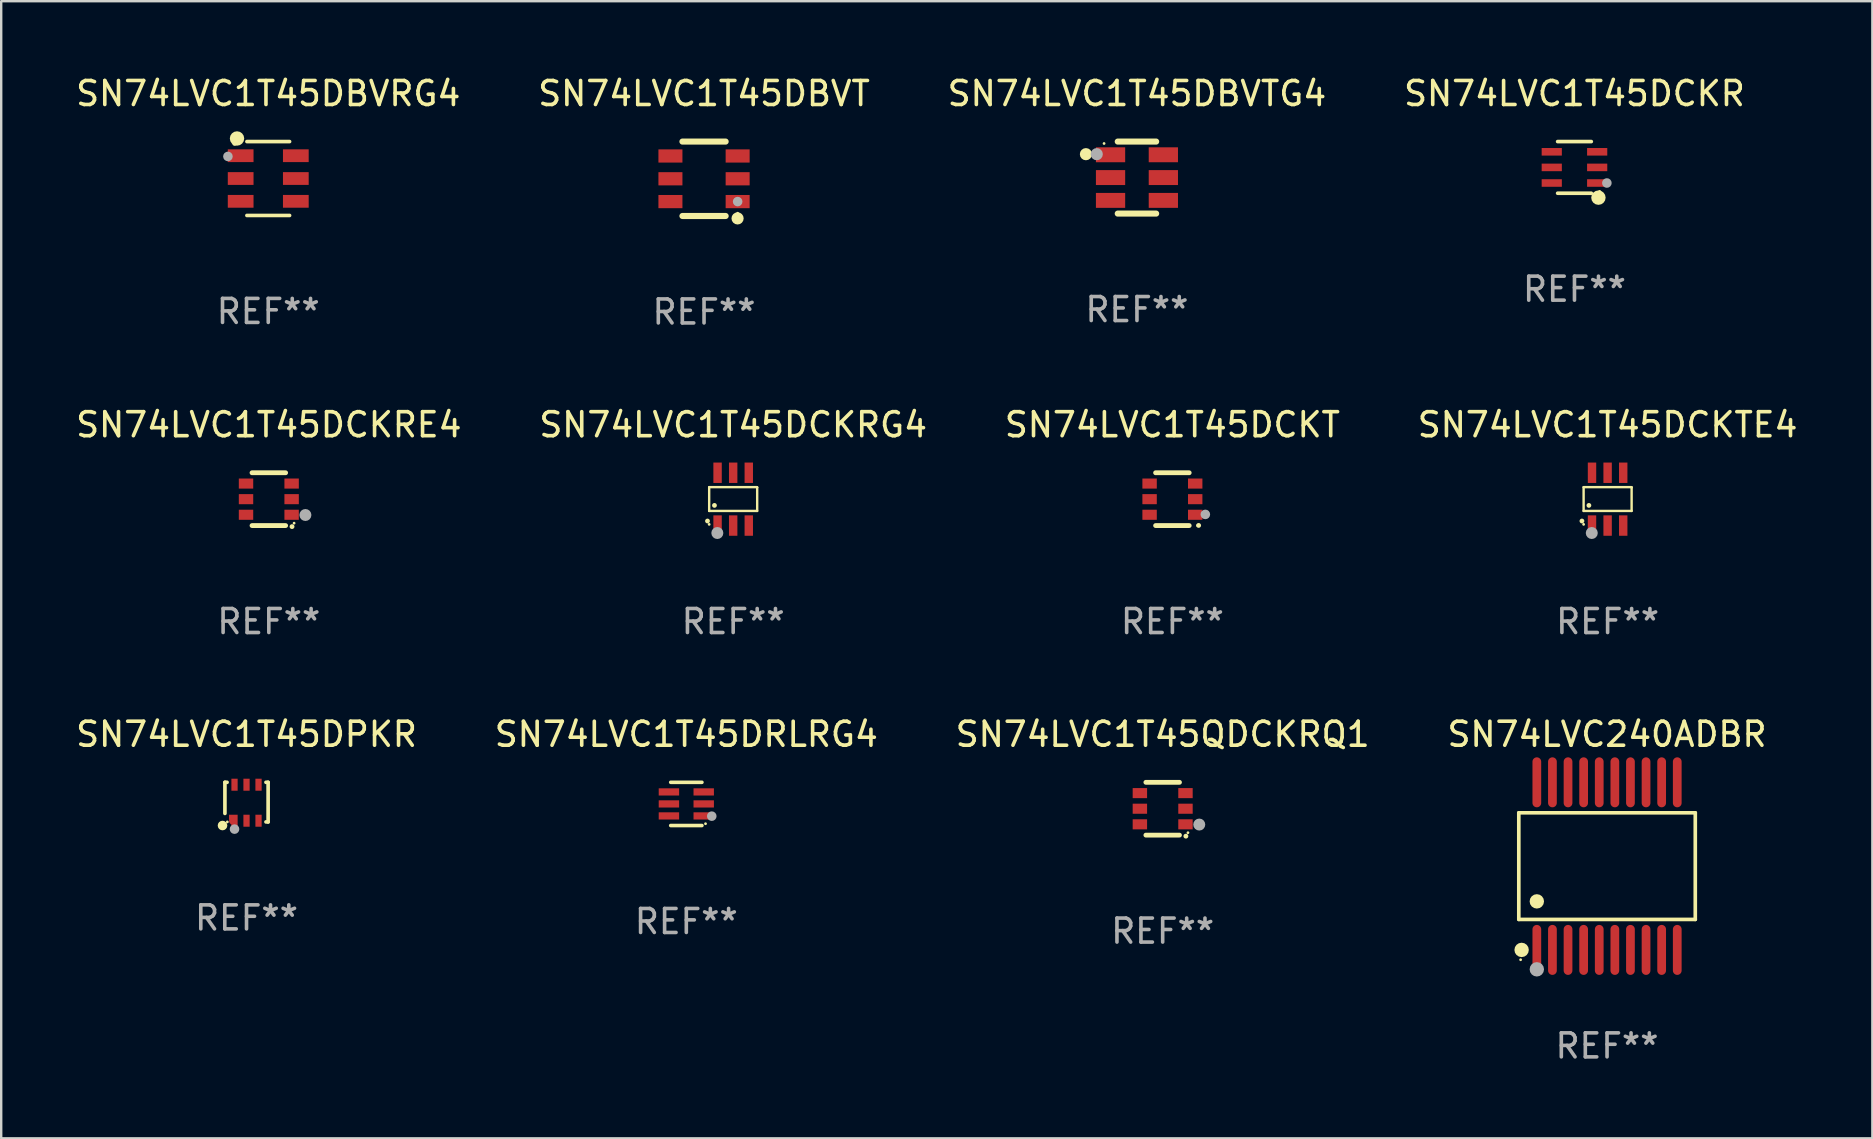
<source format=kicad_pcb>
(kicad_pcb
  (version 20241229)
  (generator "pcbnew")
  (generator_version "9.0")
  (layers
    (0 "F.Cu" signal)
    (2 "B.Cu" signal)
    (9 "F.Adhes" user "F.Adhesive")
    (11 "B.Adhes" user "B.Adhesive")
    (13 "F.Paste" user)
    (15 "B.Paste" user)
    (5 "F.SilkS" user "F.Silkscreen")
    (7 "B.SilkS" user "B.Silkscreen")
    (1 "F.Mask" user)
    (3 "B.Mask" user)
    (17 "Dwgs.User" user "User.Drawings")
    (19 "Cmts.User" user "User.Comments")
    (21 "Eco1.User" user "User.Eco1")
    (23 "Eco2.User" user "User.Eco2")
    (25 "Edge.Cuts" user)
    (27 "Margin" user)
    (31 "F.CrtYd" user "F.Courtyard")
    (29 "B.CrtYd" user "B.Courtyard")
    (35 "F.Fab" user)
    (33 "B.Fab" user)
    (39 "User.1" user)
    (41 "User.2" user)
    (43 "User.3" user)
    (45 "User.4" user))
  (footprint "SN74LVC1T45DBVRG4"
    (layer "F.Cu")
    (at 8.125 4.387)
    (property "Reference" "SN74LVC1T45DBVRG4" (at 0 -3.539 0) (layer "F.SilkS") (effects (font (size 1 1) (thickness 0.15))))
    (attr through_hole)
    (fp_line (start -0.889 -1.539) (end 0.889 -1.539) (stroke (width 0.152) (type solid)) (layer "F.SilkS"))
    (fp_line (start -0.889 1.539) (end 0.889 1.539) (stroke (width 0.152) (type solid)) (layer "F.SilkS"))
    (fp_circle (center -1.4 -1.463) (end -1.35 -1.463) (stroke (width 0.1) (type solid)) (fill no) (layer "F.SilkS"))
    (fp_circle (center -1.301 -1.668) (end -1.151 -1.668) (stroke (width 0.3) (type solid)) (fill no) (layer "F.SilkS"))
    (fp_circle (center -1.68 -0.92) (end -1.58 -0.92) (stroke (width 0.2) (type solid)) (fill no) (layer "F.Fab"))
    (fp_text user "REF**" (at 0 5.539 0) (layer "F.Fab") (effects (font (size 1 1) (thickness 0.15))))
    (pad "1" smd rect (at -1.149 -0.95 270) (size 0.532 1.072) (layers "F.Cu" "F.Mask" "F.Paste"))
    (pad "2" smd rect (at -1.149 0.000102 270) (size 0.532 1.072) (layers "F.Cu" "F.Mask" "F.Paste"))
    (pad "3" smd rect (at -1.149 0.95 270) (size 0.532 1.072) (layers "F.Cu" "F.Mask" "F.Paste"))
    (pad "4" smd rect (at 1.149 0.95 270) (size 0.532 1.072) (layers "F.Cu" "F.Mask" "F.Paste"))
    (pad "5" smd rect (at 1.149 0.000102 270) (size 0.532 1.072) (layers "F.Cu" "F.Mask" "F.Paste"))
    (pad "6" smd rect (at 1.149 -0.95 270) (size 0.532 1.072) (layers "F.Cu" "F.Mask" "F.Paste")))
  (footprint "SN74LVC1T45DBVTG4"
    (layer "F.Cu")
    (at 44.315 4.348)
    (property "Reference" "SN74LVC1T45DBVTG4" (at 0 -3.5 0) (layer "F.SilkS") (effects (font (size 1 1) (thickness 0.15))))
    (attr through_hole)
    (fp_line (start -0.8 -1.5) (end 0.8 -1.5) (stroke (width 0.254) (type solid)) (layer "F.SilkS"))
    (fp_line (start 0.8 1.5) (end -0.8 1.5) (stroke (width 0.254) (type solid)) (layer "F.SilkS"))
    (fp_circle (center -2.125 -0.975) (end -1.998 -0.975) (stroke (width 0.254) (type solid)) (fill no) (layer "F.SilkS"))
    (fp_circle (center -1.37 -1.42) (end -1.34 -1.42) (stroke (width 0.06) (type solid)) (fill no) (layer "F.SilkS"))
    (fp_circle (center -1.675 -0.975) (end -1.548 -0.975) (stroke (width 0.254) (type solid)) (fill no) (layer "F.Fab"))
    (fp_text user "REF**" (at 0 5.5 0) (layer "F.Fab") (effects (font (size 1 1) (thickness 0.15))))
    (pad "1" smd rect (at -1.1 -0.95 180) (size 1.219 0.622) (layers "F.Cu" "F.Mask" "F.Paste"))
    (pad "2" smd rect (at -1.1 -0.000152 180) (size 1.219 0.622) (layers "F.Cu" "F.Mask" "F.Paste"))
    (pad "3" smd rect (at -1.1 0.95 180) (size 1.219 0.622) (layers "F.Cu" "F.Mask" "F.Paste"))
    (pad "4" smd rect (at 1.1 0.95) (size 1.219 0.622) (layers "F.Cu" "F.Mask" "F.Paste"))
    (pad "5" smd rect (at 1.1 -0.000152) (size 1.219 0.622) (layers "F.Cu" "F.Mask" "F.Paste"))
    (pad "6" smd rect (at 1.1 -0.95) (size 1.219 0.622) (layers "F.Cu" "F.Mask" "F.Paste")))
  (footprint "SN74LVC1T45DPKR"
    (layer "F.Cu")
    (at 7.22 30.366)
    (property "Reference" "SN74LVC1T45DPKR" (at 0 -2.825 0) (layer "F.SilkS") (effects (font (size 1 1) (thickness 0.15))))
    (attr through_hole)
    (fp_line (start -0.9 -0.825) (end -0.81 -0.825) (stroke (width 0.152) (type solid)) (layer "F.SilkS"))
    (fp_line (start -0.9 0.471) (end -0.9 -0.825) (stroke (width 0.152) (type solid)) (layer "F.SilkS"))
    (fp_line (start 0.81 -0.825) (end 0.9 -0.825) (stroke (width 0.152) (type solid)) (layer "F.SilkS"))
    (fp_line (start 0.9 -0.825) (end 0.9 0.825) (stroke (width 0.152) (type solid)) (layer "F.SilkS"))
    (fp_line (start 0.9 0.825) (end 0.81 0.825) (stroke (width 0.152) (type solid)) (layer "F.SilkS"))
    (fp_circle (center -1 0.975) (end -0.9 0.975) (stroke (width 0.2) (type solid)) (fill no) (layer "F.SilkS"))
    (fp_circle (center -0.8 0.825) (end -0.77 0.825) (stroke (width 0.06) (type solid)) (fill no) (layer "F.SilkS"))
    (fp_circle (center -0.5 1.125) (end -0.4 1.125) (stroke (width 0.2) (type solid)) (fill no) (layer "F.Fab"))
    (fp_text user "REF**" (at 0 4.825 0) (layer "F.Fab") (effects (font (size 1 1) (thickness 0.15))))
    (pad "1" smd custom (at -0.55 0.775) (size 0.36 0.5) (layers "F.Cu" "F.Mask" "F.Paste") (options (anchor circle)) (primitives (gr_poly (pts (xy 0.18 0.25) (xy 0.18 -0.25) (xy -0.18 -0.25) (xy -0.18 -0.05) (xy -0.08 -0.05) (xy -0.08 0.25)) (width 0) (fill yes))))
    (pad "2" smd rect (at 0.000127 0.775 180) (size 0.26 0.5) (layers "F.Cu" "F.Mask" "F.Paste"))
    (pad "3" smd rect (at 0.5 0.775 180) (size 0.26 0.5) (layers "F.Cu" "F.Mask" "F.Paste"))
    (pad "4" smd rect (at 0.5 -0.725 180) (size 0.26 0.5) (layers "F.Cu" "F.Mask" "F.Paste"))
    (pad "5" smd rect (at 0.000127 -0.725 180) (size 0.26 0.5) (layers "F.Cu" "F.Mask" "F.Paste"))
    (pad "6" smd rect (at -0.5 -0.725 180) (size 0.26 0.5) (layers "F.Cu" "F.Mask" "F.Paste")))
  (footprint "SN74LVC1T45DCKT"
    (layer "F.Cu")
    (at 45.792 17.745)
    (property "Reference" "SN74LVC1T45DCKT" (at 0 -3.1 0) (layer "F.SilkS") (effects (font (size 1 1) (thickness 0.15))))
    (attr through_hole)
    (fp_line (start -0.7 -1.1) (end 0.7 -1.1) (stroke (width 0.2) (type solid)) (layer "F.SilkS"))
    (fp_line (start -0.7 1.1) (end 0.7 1.1) (stroke (width 0.2) (type solid)) (layer "F.SilkS"))
    (fp_arc (start 1.090932 1.094209) (mid 1.092202 1.094203) (end 1.093472 1.094209) (stroke (width 0.2) (type solid)) (layer "F.SilkS"))
    (fp_circle (center 1.053 1.1) (end 1.083 1.1) (stroke (width 0.06) (type solid)) (fill no) (layer "F.SilkS"))
    (fp_circle (center 1.372 0.635) (end 1.472 0.635) (stroke (width 0.2) (type solid)) (fill no) (layer "F.Fab"))
    (fp_text user "REF**" (at 0 5.1 0) (layer "F.Fab") (effects (font (size 1 1) (thickness 0.15))))
    (pad "1" smd rect (at 0.95 0.65 90) (size 0.42 0.6) (layers "F.Cu" "F.Mask" "F.Paste"))
    (pad "2" smd rect (at 0.95 0 90) (size 0.42 0.6) (layers "F.Cu" "F.Mask" "F.Paste"))
    (pad "3" smd rect (at 0.95 -0.65 90) (size 0.42 0.6) (layers "F.Cu" "F.Mask" "F.Paste"))
    (pad "4" smd rect (at -0.95 -0.65 270) (size 0.42 0.6) (layers "F.Cu" "F.Mask" "F.Paste"))
    (pad "5" smd rect (at -0.95 0 270) (size 0.42 0.6) (layers "F.Cu" "F.Mask" "F.Paste"))
    (pad "6" smd rect (at -0.95 0.65 270) (size 0.42 0.6) (layers "F.Cu" "F.Mask" "F.Paste")))
  (footprint "SN74LVC1T45DCKRE4"
    (layer "F.Cu")
    (at 8.149 17.745)
    (property "Reference" "SN74LVC1T45DCKRE4" (at 0 -3.1 0) (layer "F.SilkS") (effects (font (size 1 1) (thickness 0.15))))
    (attr through_hole)
    (fp_line (start -0.7 -1.1) (end 0.7 -1.1) (stroke (width 0.2) (type solid)) (layer "F.SilkS"))
    (fp_line (start -0.7 1.1) (end 0.7 1.1) (stroke (width 0.2) (type solid)) (layer "F.SilkS"))
    (fp_arc (start 0.965202 1.143002) (mid 0.966472 1.142996) (end 0.967742 1.143002) (stroke (width 0.2) (type solid)) (layer "F.SilkS"))
    (fp_circle (center 1.053 1) (end 1.083 1) (stroke (width 0.06) (type solid)) (fill no) (layer "F.SilkS"))
    (fp_circle (center 1.524 0.66) (end 1.649 0.66) (stroke (width 0.25) (type solid)) (fill no) (layer "F.Fab"))
    (fp_text user "REF**" (at 0 5.1 0) (layer "F.Fab") (effects (font (size 1 1) (thickness 0.15))))
    (pad "1" smd rect (at 0.95 0.65 90) (size 0.42 0.6) (layers "F.Cu" "F.Mask" "F.Paste"))
    (pad "2" smd rect (at 0.95 0 90) (size 0.42 0.6) (layers "F.Cu" "F.Mask" "F.Paste"))
    (pad "3" smd rect (at 0.95 -0.65 90) (size 0.42 0.6) (layers "F.Cu" "F.Mask" "F.Paste"))
    (pad "4" smd rect (at -0.95 -0.65 270) (size 0.42 0.6) (layers "F.Cu" "F.Mask" "F.Paste"))
    (pad "5" smd rect (at -0.95 0 270) (size 0.42 0.6) (layers "F.Cu" "F.Mask" "F.Paste"))
    (pad "6" smd rect (at -0.95 0.65 270) (size 0.42 0.6) (layers "F.Cu" "F.Mask" "F.Paste")))
  (footprint "SN74LVC240ADBR"
    (layer "F.Cu")
    (at 63.899 33.032)
    (property "Reference" "SN74LVC240ADBR" (at 0 -5.491 0) (layer "F.SilkS") (effects (font (size 1 1) (thickness 0.15))))
    (attr through_hole)
    (fp_line (start -3.676 -2.221) (end 3.676 -2.221) (stroke (width 0.152) (type solid)) (layer "F.SilkS"))
    (fp_line (start -3.676 2.221) (end -3.676 -2.221) (stroke (width 0.152) (type solid)) (layer "F.SilkS"))
    (fp_line (start 3.676 -2.221) (end 3.676 2.221) (stroke (width 0.152) (type solid)) (layer "F.SilkS"))
    (fp_line (start 3.676 2.221) (end -3.676 2.221) (stroke (width 0.152) (type solid)) (layer "F.SilkS"))
    (fp_circle (center -3.6 3.9) (end -3.57 3.9) (stroke (width 0.06) (type solid)) (fill no) (layer "F.SilkS"))
    (fp_circle (center -3.559 3.491) (end -3.409 3.491) (stroke (width 0.3) (type solid)) (fill no) (layer "F.SilkS"))
    (fp_circle (center -2.925 1.469) (end -2.775 1.469) (stroke (width 0.3) (type solid)) (fill no) (layer "F.SilkS"))
    (fp_circle (center -2.925 4.3) (end -2.775 4.3) (stroke (width 0.3) (type solid)) (fill no) (layer "F.Fab"))
    (fp_text user "REF**" (at 0 7.491 0) (layer "F.Fab") (effects (font (size 1 1) (thickness 0.15))))
    (pad "1" smd oval (at -2.925 3.491) (size 0.364 2.082) (layers "F.Cu" "F.Mask" "F.Paste"))
    (pad "2" smd oval (at -2.275 3.491) (size 0.364 2.082) (layers "F.Cu" "F.Mask" "F.Paste"))
    (pad "3" smd oval (at -1.625 3.491) (size 0.364 2.082) (layers "F.Cu" "F.Mask" "F.Paste"))
    (pad "4" smd oval (at -0.975 3.491) (size 0.364 2.082) (layers "F.Cu" "F.Mask" "F.Paste"))
    (pad "5" smd oval (at -0.325 3.491) (size 0.364 2.082) (layers "F.Cu" "F.Mask" "F.Paste"))
    (pad "6" smd oval (at 0.325 3.491) (size 0.364 2.082) (layers "F.Cu" "F.Mask" "F.Paste"))
    (pad "7" smd oval (at 0.975 3.491) (size 0.364 2.082) (layers "F.Cu" "F.Mask" "F.Paste"))
    (pad "8" smd oval (at 1.625 3.491) (size 0.364 2.082) (layers "F.Cu" "F.Mask" "F.Paste"))
    (pad "9" smd oval (at 2.275 3.491) (size 0.364 2.082) (layers "F.Cu" "F.Mask" "F.Paste"))
    (pad "10" smd oval (at 2.925 3.491) (size 0.364 2.082) (layers "F.Cu" "F.Mask" "F.Paste"))
    (pad "11" smd oval (at 2.925 -3.491) (size 0.364 2.082) (layers "F.Cu" "F.Mask" "F.Paste"))
    (pad "12" smd oval (at 2.275 -3.491) (size 0.364 2.082) (layers "F.Cu" "F.Mask" "F.Paste"))
    (pad "13" smd oval (at 1.625 -3.491) (size 0.364 2.082) (layers "F.Cu" "F.Mask" "F.Paste"))
    (pad "14" smd oval (at 0.975 -3.491) (size 0.364 2.082) (layers "F.Cu" "F.Mask" "F.Paste"))
    (pad "15" smd oval (at 0.325 -3.491) (size 0.364 2.082) (layers "F.Cu" "F.Mask" "F.Paste"))
    (pad "16" smd oval (at -0.325 -3.491) (size 0.364 2.082) (layers "F.Cu" "F.Mask" "F.Paste"))
    (pad "17" smd oval (at -0.975 -3.491) (size 0.364 2.082) (layers "F.Cu" "F.Mask" "F.Paste"))
    (pad "18" smd oval (at -1.625 -3.491) (size 0.364 2.082) (layers "F.Cu" "F.Mask" "F.Paste"))
    (pad "19" smd oval (at -2.275 -3.491) (size 0.364 2.082) (layers "F.Cu" "F.Mask" "F.Paste"))
    (pad "20" smd oval (at -2.925 -3.491) (size 0.364 2.082) (layers "F.Cu" "F.Mask" "F.Paste")))
  (footprint "SN74LVC1T45DBVT"
    (layer "F.Cu")
    (at 26.28 4.398)
    (property "Reference" "SN74LVC1T45DBVT" (at 0 -3.55 0) (layer "F.SilkS") (effects (font (size 1 1) (thickness 0.15))))
    (attr through_hole)
    (fp_line (start -0.9 -1.55) (end 0.9 -1.55) (stroke (width 0.254) (type solid)) (layer "F.SilkS"))
    (fp_line (start -0.9 1.55) (end 0.9 1.55) (stroke (width 0.254) (type solid)) (layer "F.SilkS"))
    (fp_circle (center 1.397 1.651) (end 1.524 1.651) (stroke (width 0.254) (type solid)) (fill no) (layer "F.SilkS"))
    (fp_circle (center 1.4 1.435) (end 1.43 1.435) (stroke (width 0.06) (type solid)) (fill no) (layer "F.SilkS"))
    (fp_circle (center 1.4 0.95) (end 1.5 0.95) (stroke (width 0.2) (type solid)) (fill no) (layer "F.Fab"))
    (fp_text user "REF**" (at 0 5.55 0) (layer "F.Fab") (effects (font (size 1 1) (thickness 0.15))))
    (pad "1" smd rect (at 1.4 0.95) (size 1 0.55) (layers "F.Cu" "F.Mask" "F.Paste"))
    (pad "2" smd rect (at 1.4 -0.000102) (size 1 0.55) (layers "F.Cu" "F.Mask" "F.Paste"))
    (pad "3" smd rect (at 1.4 -0.95) (size 1 0.55) (layers "F.Cu" "F.Mask" "F.Paste"))
    (pad "4" smd rect (at -1.4 -0.95) (size 1 0.55) (layers "F.Cu" "F.Mask" "F.Paste"))
    (pad "5" smd rect (at -1.4 -0.000102) (size 1 0.55) (layers "F.Cu" "F.Mask" "F.Paste"))
    (pad "6" smd rect (at -1.4 0.95) (size 1 0.55) (layers "F.Cu" "F.Mask" "F.Paste")))
  (footprint "SN74LVC1T45DRLRG4"
    (layer "F.Cu")
    (at 25.542 30.441)
    (property "Reference" "SN74LVC1T45DRLRG4" (at 0 -2.9 0) (layer "F.SilkS") (effects (font (size 1 1) (thickness 0.15))))
    (attr through_hole)
    (fp_line (start 0.65 -0.9) (end -0.65 -0.9) (stroke (width 0.15) (type solid)) (layer "F.SilkS"))
    (fp_line (start 0.65 0.9) (end -0.65 0.9) (stroke (width 0.15) (type solid)) (layer "F.SilkS"))
    (fp_circle (center 0.8 0.825) (end 0.83 0.825) (stroke (width 0.06) (type solid)) (fill no) (layer "F.SilkS"))
    (fp_circle (center 1.06 0.51) (end 1.16 0.51) (stroke (width 0.2) (type solid)) (fill no) (layer "F.Fab"))
    (fp_text user "REF**" (at 0 4.9 0) (layer "F.Fab") (effects (font (size 1 1) (thickness 0.15))))
    (pad "1" smd rect (at 0.725 0.5 90) (size 0.3 0.85) (layers "F.Cu" "F.Mask" "F.Paste"))
    (pad "2" smd rect (at 0.725 0.000102 90) (size 0.3 0.85) (layers "F.Cu" "F.Mask" "F.Paste"))
    (pad "3" smd rect (at 0.725 -0.5 90) (size 0.3 0.85) (layers "F.Cu" "F.Mask" "F.Paste"))
    (pad "4" smd rect (at -0.725 -0.5 90) (size 0.3 0.85) (layers "F.Cu" "F.Mask" "F.Paste"))
    (pad "5" smd rect (at -0.725 0.000102 90) (size 0.3 0.85) (layers "F.Cu" "F.Mask" "F.Paste"))
    (pad "6" smd rect (at -0.725 0.5 90) (size 0.3 0.85) (layers "F.Cu" "F.Mask" "F.Paste")))
  (footprint "SN74LVC1T45DCKRG4"
    (layer "F.Cu")
    (at 27.494 17.745)
    (property "Reference" "SN74LVC1T45DCKRG4" (at 0 -3.1 0) (layer "F.SilkS") (effects (font (size 1 1) (thickness 0.15))))
    (attr through_hole)
    (fp_line (start -1 -0.5) (end -1 0.49) (stroke (width 0.1) (type solid)) (layer "F.SilkS"))
    (fp_line (start -1 0.49) (end 1 0.49) (stroke (width 0.1) (type solid)) (layer "F.SilkS"))
    (fp_line (start 0.99 -0.5) (end -1 -0.5) (stroke (width 0.1) (type solid)) (layer "F.SilkS"))
    (fp_line (start 1 -0.49) (end 0.99 -0.5) (stroke (width 0.1) (type solid)) (layer "F.SilkS"))
    (fp_line (start 1 0.49) (end 1 -0.49) (stroke (width 0.1) (type solid)) (layer "F.SilkS"))
    (fp_circle (center -1.07 0.91) (end -1.02 0.91) (stroke (width 0.1) (type solid)) (fill no) (layer "F.SilkS"))
    (fp_circle (center -1 1.05) (end -0.97 1.05) (stroke (width 0.06) (type solid)) (fill no) (layer "F.SilkS"))
    (fp_circle (center -0.78 0.26) (end -0.73 0.26) (stroke (width 0.1) (type solid)) (fill no) (layer "F.SilkS"))
    (fp_circle (center -0.66 1.41) (end -0.535 1.41) (stroke (width 0.25) (type solid)) (fill no) (layer "F.Fab"))
    (fp_text user "REF**" (at 0 5.1 0) (layer "F.Fab") (effects (font (size 1 1) (thickness 0.15))))
    (pad "1" smd rect (at -0.65 1.1) (size 0.35 0.85) (layers "F.Cu" "F.Mask" "F.Paste"))
    (pad "2" smd rect (at 0 1.1) (size 0.35 0.85) (layers "F.Cu" "F.Mask" "F.Paste"))
    (pad "3" smd rect (at 0.65 1.1) (size 0.35 0.85) (layers "F.Cu" "F.Mask" "F.Paste"))
    (pad "4" smd rect (at 0.65 -1.1) (size 0.35 0.85) (layers "F.Cu" "F.Mask" "F.Paste"))
    (pad "5" smd rect (at 0 -1.1) (size 0.35 0.85) (layers "F.Cu" "F.Mask" "F.Paste"))
    (pad "6" smd rect (at -0.65 -1.1) (size 0.35 0.85) (layers "F.Cu" "F.Mask" "F.Paste")))
  (footprint "SN74LVC1T45DCKTE4"
    (layer "F.Cu")
    (at 63.923 17.745)
    (property "Reference" "SN74LVC1T45DCKTE4" (at 0 -3.1 0) (layer "F.SilkS") (effects (font (size 1 1) (thickness 0.15))))
    (attr through_hole)
    (fp_line (start -1 -0.5) (end -1 0.49) (stroke (width 0.1) (type solid)) (layer "F.SilkS"))
    (fp_line (start -1 0.49) (end 1 0.49) (stroke (width 0.1) (type solid)) (layer "F.SilkS"))
    (fp_line (start 0.99 -0.5) (end -1 -0.5) (stroke (width 0.1) (type solid)) (layer "F.SilkS"))
    (fp_line (start 1 -0.49) (end 0.99 -0.5) (stroke (width 0.1) (type solid)) (layer "F.SilkS"))
    (fp_line (start 1 0.49) (end 1 -0.49) (stroke (width 0.1) (type solid)) (layer "F.SilkS"))
    (fp_circle (center -1.07 0.91) (end -1.02 0.91) (stroke (width 0.1) (type solid)) (fill no) (layer "F.SilkS"))
    (fp_circle (center -1 1.05) (end -0.97 1.05) (stroke (width 0.06) (type solid)) (fill no) (layer "F.SilkS"))
    (fp_circle (center -0.78 0.26) (end -0.73 0.26) (stroke (width 0.1) (type solid)) (fill no) (layer "F.SilkS"))
    (fp_circle (center -0.66 1.41) (end -0.535 1.41) (stroke (width 0.25) (type solid)) (fill no) (layer "F.Fab"))
    (fp_text user "REF**" (at 0 5.1 0) (layer "F.Fab") (effects (font (size 1 1) (thickness 0.15))))
    (pad "1" smd rect (at -0.65 1.1) (size 0.35 0.85) (layers "F.Cu" "F.Mask" "F.Paste"))
    (pad "2" smd rect (at 0 1.1) (size 0.35 0.85) (layers "F.Cu" "F.Mask" "F.Paste"))
    (pad "3" smd rect (at 0.65 1.1) (size 0.35 0.85) (layers "F.Cu" "F.Mask" "F.Paste"))
    (pad "4" smd rect (at 0.65 -1.1) (size 0.35 0.85) (layers "F.Cu" "F.Mask" "F.Paste"))
    (pad "5" smd rect (at 0 -1.1) (size 0.35 0.85) (layers "F.Cu" "F.Mask" "F.Paste"))
    (pad "6" smd rect (at -0.65 -1.1) (size 0.35 0.85) (layers "F.Cu" "F.Mask" "F.Paste")))
  (footprint "SN74LVC1T45QDCKRQ1"
    (layer "F.Cu")
    (at 45.387 30.641)
    (property "Reference" "SN74LVC1T45QDCKRQ1" (at 0 -3.1 0) (layer "F.SilkS") (effects (font (size 1 1) (thickness 0.15))))
    (attr through_hole)
    (fp_line (start -0.7 -1.1) (end 0.7 -1.1) (stroke (width 0.2) (type solid)) (layer "F.SilkS"))
    (fp_line (start -0.7 1.1) (end 0.7 1.1) (stroke (width 0.2) (type solid)) (layer "F.SilkS"))
    (fp_arc (start 0.965202 1.143002) (mid 0.966472 1.142996) (end 0.967742 1.143002) (stroke (width 0.2) (type solid)) (layer "F.SilkS"))
    (fp_circle (center 1.053 1) (end 1.083 1) (stroke (width 0.06) (type solid)) (fill no) (layer "F.SilkS"))
    (fp_circle (center 1.524 0.66) (end 1.649 0.66) (stroke (width 0.25) (type solid)) (fill no) (layer "F.Fab"))
    (fp_text user "REF**" (at 0 5.1 0) (layer "F.Fab") (effects (font (size 1 1) (thickness 0.15))))
    (pad "1" smd rect (at 0.95 0.65 90) (size 0.42 0.6) (layers "F.Cu" "F.Mask" "F.Paste"))
    (pad "2" smd rect (at 0.95 0 90) (size 0.42 0.6) (layers "F.Cu" "F.Mask" "F.Paste"))
    (pad "3" smd rect (at 0.95 -0.65 90) (size 0.42 0.6) (layers "F.Cu" "F.Mask" "F.Paste"))
    (pad "4" smd rect (at -0.95 -0.65 270) (size 0.42 0.6) (layers "F.Cu" "F.Mask" "F.Paste"))
    (pad "5" smd rect (at -0.95 0 270) (size 0.42 0.6) (layers "F.Cu" "F.Mask" "F.Paste"))
    (pad "6" smd rect (at -0.95 0.65 270) (size 0.42 0.6) (layers "F.Cu" "F.Mask" "F.Paste")))
  (footprint "SN74LVC1T45DCKR"
    (layer "F.Cu")
    (at 62.542 3.924)
    (property "Reference" "SN74LVC1T45DCKR" (at 0 -3.076 0) (layer "F.SilkS") (effects (font (size 1 1) (thickness 0.15))))
    (attr through_hole)
    (fp_line (start 0.701 -1.076) (end -0.701 -1.076) (stroke (width 0.152) (type solid)) (layer "F.SilkS"))
    (fp_line (start 0.701 1.076) (end -0.701 1.076) (stroke (width 0.152) (type solid)) (layer "F.SilkS"))
    (fp_circle (center 0.998 1.26) (end 1.148 1.26) (stroke (width 0.3) (type solid)) (fill no) (layer "F.SilkS"))
    (fp_circle (center 1.05 1) (end 1.08 1) (stroke (width 0.06) (type solid)) (fill no) (layer "F.SilkS"))
    (fp_circle (center 1.35 0.65) (end 1.45 0.65) (stroke (width 0.2) (type solid)) (fill no) (layer "F.Fab"))
    (fp_text user "REF**" (at 0 5.076 0) (layer "F.Fab") (effects (font (size 1 1) (thickness 0.15))))
    (pad "1" smd rect (at 0.946 0.65) (size 0.841 0.315) (layers "F.Cu" "F.Mask" "F.Paste"))
    (pad "2" smd rect (at 0.946 0) (size 0.841 0.315) (layers "F.Cu" "F.Mask" "F.Paste"))
    (pad "3" smd rect (at 0.946 -0.65) (size 0.841 0.315) (layers "F.Cu" "F.Mask" "F.Paste"))
    (pad "4" smd rect (at -0.946 -0.65) (size 0.841 0.315) (layers "F.Cu" "F.Mask" "F.Paste"))
    (pad "5" smd rect (at -0.946 0) (size 0.841 0.315) (layers "F.Cu" "F.Mask" "F.Paste"))
    (pad "6" smd rect (at -0.946 0.65) (size 0.841 0.315) (layers "F.Cu" "F.Mask" "F.Paste")))
  (gr_rect
    (start -3 -3)
    (end 74.952 44.372)
    (stroke (width 0.1) (type default))
    (fill no)
    (layer "Edge.Cuts")))
</source>
